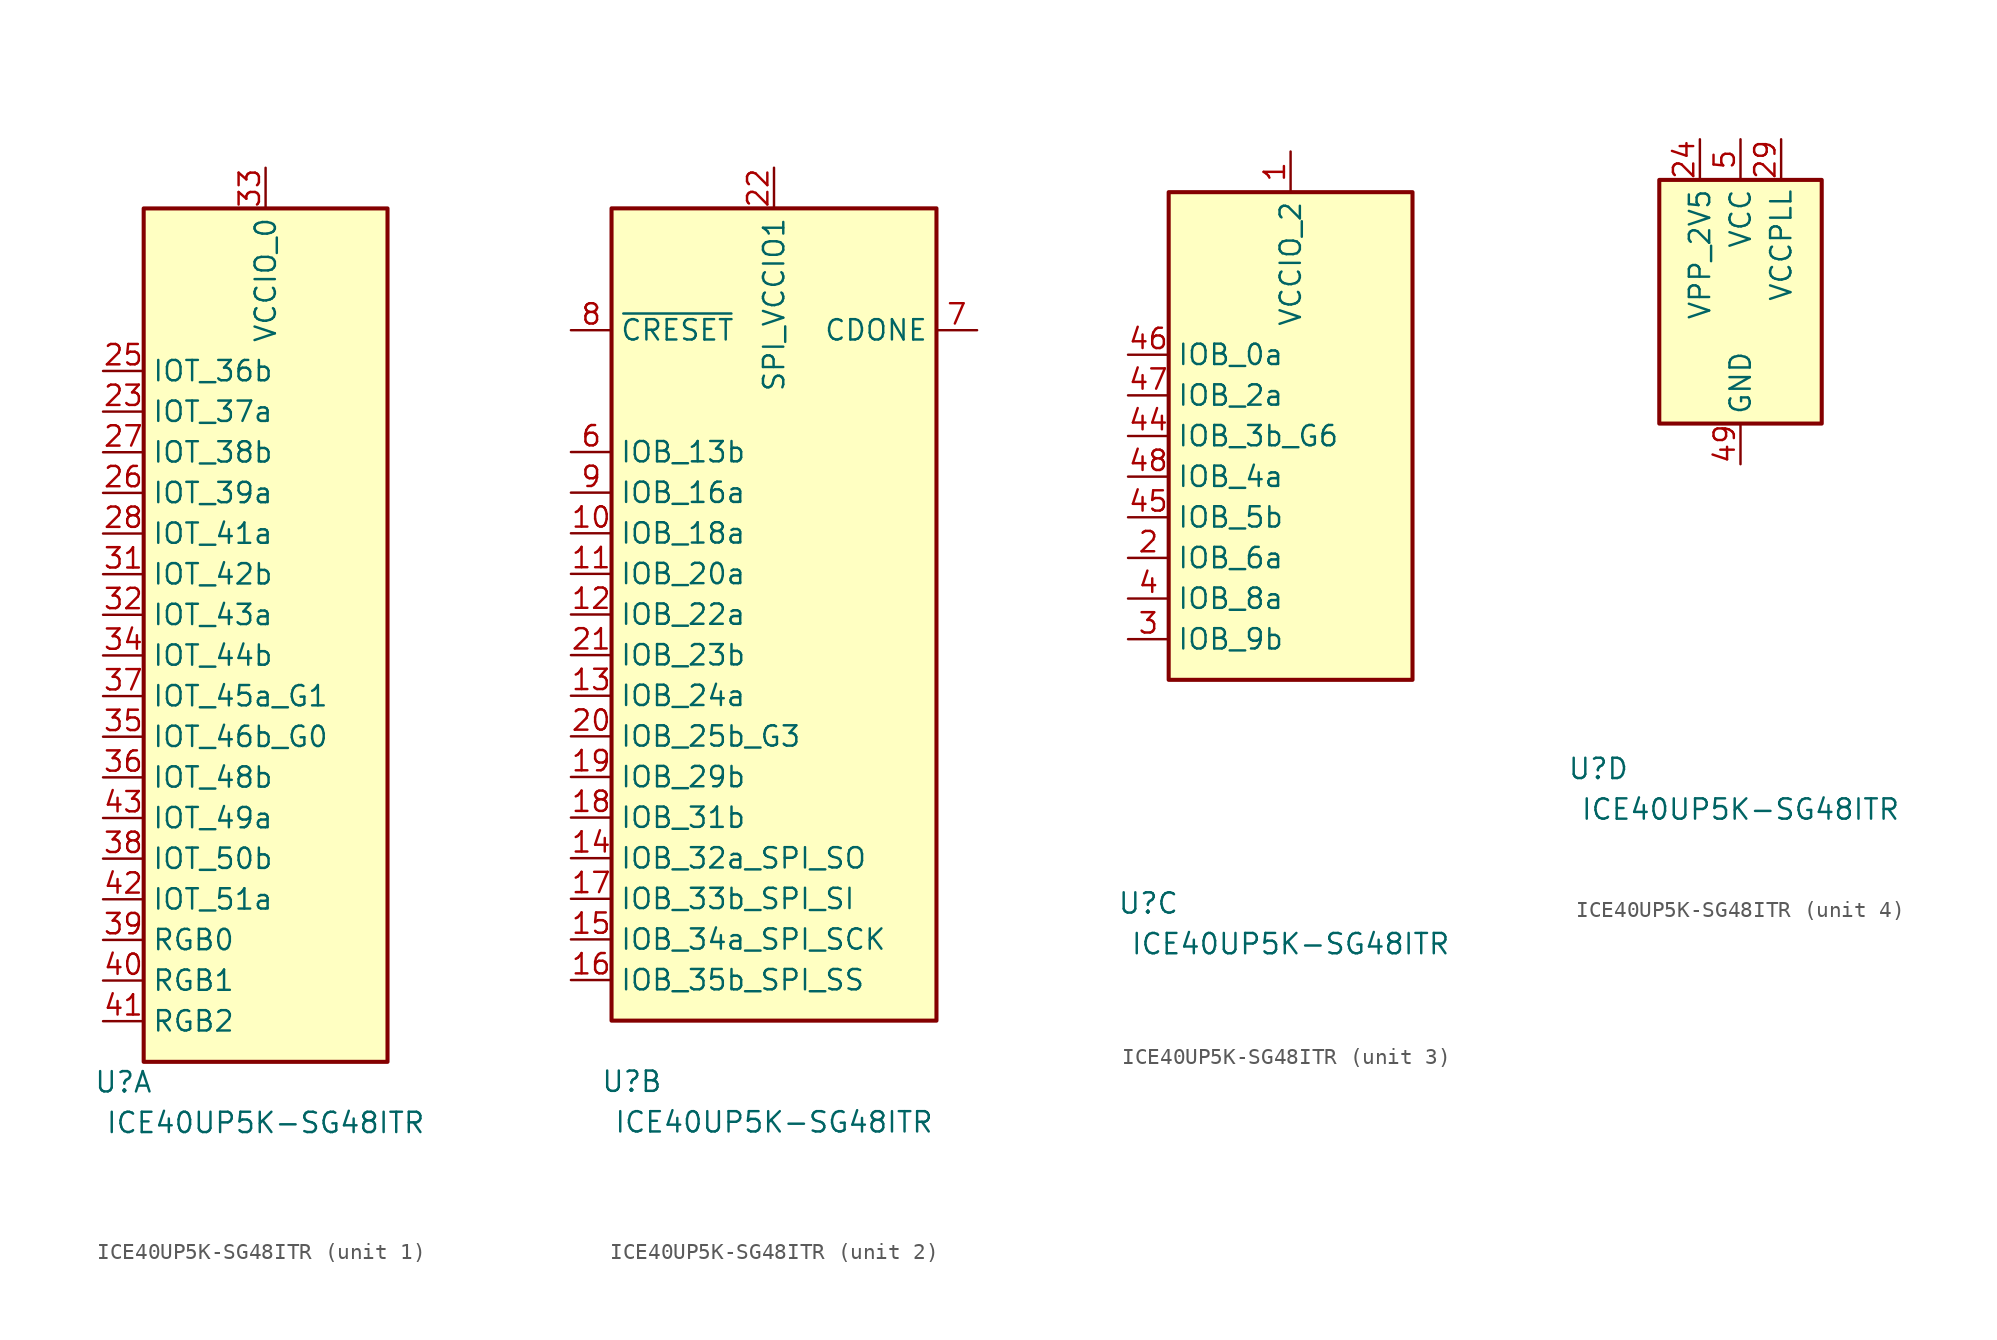
<source format=kicad_sym>
(kicad_symbol_lib
  (version 20241209)
  (generator "kicad_symbol_editor")
  (generator_version "9.0")
  (symbol "ICE40UP5K-SG48ITR"
    (property "Reference" "U"
      (at -8.89 -29.21 0)
      (effects (font (size 1.27 1.27))))
    (property "Value" "ICE40UP5K-SG48ITR"
      (at 0 -31.75 0)
      (effects (font (size 1.27 1.27))))
    (property "ki_locked" ""
      (at 0 0 0)
      (effects (font (size 1.27 1.27))))
    (symbol "ICE40UP5K-SG48ITR_1_1"
      (rectangle (start -7.62 25.4) (end 7.62 -27.94) (stroke (width 0.254) (type default)) (fill (type background)))
      (pin bidirectional line (at -10.16 15.24 0) (length 2.54) (name "IOT_36b" (effects (font (size 1.27 1.27)))) (number "25" (effects (font (size 1.27 1.27)))))
      (pin bidirectional line (at -10.16 12.7 0) (length 2.54) (name "IOT_37a" (effects (font (size 1.27 1.27)))) (number "23" (effects (font (size 1.27 1.27)))))
      (pin bidirectional line (at -10.16 10.16 0) (length 2.54) (name "IOT_38b" (effects (font (size 1.27 1.27)))) (number "27" (effects (font (size 1.27 1.27)))))
      (pin bidirectional line (at -10.16 7.62 0) (length 2.54) (name "IOT_39a" (effects (font (size 1.27 1.27)))) (number "26" (effects (font (size 1.27 1.27)))))
      (pin bidirectional line (at -10.16 5.08 0) (length 2.54) (name "IOT_41a" (effects (font (size 1.27 1.27)))) (number "28" (effects (font (size 1.27 1.27)))))
      (pin bidirectional line (at -10.16 2.54 0) (length 2.54) (name "IOT_42b" (effects (font (size 1.27 1.27)))) (number "31" (effects (font (size 1.27 1.27)))))
      (pin bidirectional line (at -10.16 0 0) (length 2.54) (name "IOT_43a" (effects (font (size 1.27 1.27)))) (number "32" (effects (font (size 1.27 1.27)))))
      (pin bidirectional line (at -10.16 -2.54 0) (length 2.54) (name "IOT_44b" (effects (font (size 1.27 1.27)))) (number "34" (effects (font (size 1.27 1.27)))))
      (pin bidirectional line (at -10.16 -5.08 0) (length 2.54) (name "IOT_45a_G1" (effects (font (size 1.27 1.27)))) (number "37" (effects (font (size 1.27 1.27)))))
      (pin bidirectional line (at -10.16 -7.62 0) (length 2.54) (name "IOT_46b_G0" (effects (font (size 1.27 1.27)))) (number "35" (effects (font (size 1.27 1.27)))))
      (pin bidirectional line (at -10.16 -10.16 0) (length 2.54) (name "IOT_48b" (effects (font (size 1.27 1.27)))) (number "36" (effects (font (size 1.27 1.27)))))
      (pin bidirectional line (at -10.16 -12.7 0) (length 2.54) (name "IOT_49a" (effects (font (size 1.27 1.27)))) (number "43" (effects (font (size 1.27 1.27)))))
      (pin bidirectional line (at -10.16 -15.24 0) (length 2.54) (name "IOT_50b" (effects (font (size 1.27 1.27)))) (number "38" (effects (font (size 1.27 1.27)))))
      (pin bidirectional line (at -10.16 -17.78 0) (length 2.54) (name "IOT_51a" (effects (font (size 1.27 1.27)))) (number "42" (effects (font (size 1.27 1.27)))))
      (pin open_collector line (at -10.16 -20.32 0) (length 2.54) (name "RGB0" (effects (font (size 1.27 1.27)))) (number "39" (effects (font (size 1.27 1.27)))))
      (pin open_collector line (at -10.16 -22.86 0) (length 2.54) (name "RGB1" (effects (font (size 1.27 1.27)))) (number "40" (effects (font (size 1.27 1.27)))))
      (pin open_collector line (at -10.16 -25.4 0) (length 2.54) (name "RGB2" (effects (font (size 1.27 1.27)))) (number "41" (effects (font (size 1.27 1.27)))))
      (pin power_in line (at 0 27.94 270) (length 2.54) (name "VCCIO_0" (effects (font (size 1.27 1.27)))) (number "33" (effects (font (size 1.27 1.27))))))
    (symbol "ICE40UP5K-SG48ITR_2_1"
      (rectangle (start -10.16 25.4) (end 10.16 -25.4) (stroke (width 0.254) (type default)) (fill (type background)))
      (pin input line (at -12.7 17.78 0) (length 2.54) (name "~{CRESET}" (effects (font (size 1.27 1.27)))) (number "8" (effects (font (size 1.27 1.27)))))
      (pin bidirectional line (at -12.7 10.16 0) (length 2.54) (name "IOB_13b" (effects (font (size 1.27 1.27)))) (number "6" (effects (font (size 1.27 1.27)))))
      (pin bidirectional line (at -12.7 7.62 0) (length 2.54) (name "IOB_16a" (effects (font (size 1.27 1.27)))) (number "9" (effects (font (size 1.27 1.27)))))
      (pin bidirectional line (at -12.7 5.08 0) (length 2.54) (name "IOB_18a" (effects (font (size 1.27 1.27)))) (number "10" (effects (font (size 1.27 1.27)))))
      (pin bidirectional line (at -12.7 2.54 0) (length 2.54) (name "IOB_20a" (effects (font (size 1.27 1.27)))) (number "11" (effects (font (size 1.27 1.27)))))
      (pin bidirectional line (at -12.7 0 0) (length 2.54) (name "IOB_22a" (effects (font (size 1.27 1.27)))) (number "12" (effects (font (size 1.27 1.27)))))
      (pin bidirectional line (at -12.7 -2.54 0) (length 2.54) (name "IOB_23b" (effects (font (size 1.27 1.27)))) (number "21" (effects (font (size 1.27 1.27)))))
      (pin bidirectional line (at -12.7 -5.08 0) (length 2.54) (name "IOB_24a" (effects (font (size 1.27 1.27)))) (number "13" (effects (font (size 1.27 1.27)))))
      (pin bidirectional line (at -12.7 -7.62 0) (length 2.54) (name "IOB_25b_G3" (effects (font (size 1.27 1.27)))) (number "20" (effects (font (size 1.27 1.27)))))
      (pin bidirectional line (at -12.7 -10.16 0) (length 2.54) (name "IOB_29b" (effects (font (size 1.27 1.27)))) (number "19" (effects (font (size 1.27 1.27)))))
      (pin bidirectional line (at -12.7 -12.7 0) (length 2.54) (name "IOB_31b" (effects (font (size 1.27 1.27)))) (number "18" (effects (font (size 1.27 1.27)))))
      (pin bidirectional line (at -12.7 -15.24 0) (length 2.54) (name "IOB_32a_SPI_SO" (effects (font (size 1.27 1.27)))) (number "14" (effects (font (size 1.27 1.27)))))
      (pin bidirectional line (at -12.7 -17.78 0) (length 2.54) (name "IOB_33b_SPI_SI" (effects (font (size 1.27 1.27)))) (number "17" (effects (font (size 1.27 1.27)))))
      (pin bidirectional line (at -12.7 -20.32 0) (length 2.54) (name "IOB_34a_SPI_SCK" (effects (font (size 1.27 1.27)))) (number "15" (effects (font (size 1.27 1.27)))))
      (pin bidirectional line (at -12.7 -22.86 0) (length 2.54) (name "IOB_35b_SPI_SS" (effects (font (size 1.27 1.27)))) (number "16" (effects (font (size 1.27 1.27)))))
      (pin power_in line (at 0 27.94 270) (length 2.54) (name "SPI_VCCIO1" (effects (font (size 1.27 1.27)))) (number "22" (effects (font (size 1.27 1.27)))))
      (pin open_collector line (at 12.7 17.78 180) (length 2.54) (name "CDONE" (effects (font (size 1.27 1.27)))) (number "7" (effects (font (size 1.27 1.27))))))
    (symbol "ICE40UP5K-SG48ITR_3_1"
      (rectangle (start -7.62 15.24) (end 7.62 -15.24) (stroke (width 0.254) (type default)) (fill (type background)))
      (pin bidirectional line (at -10.16 5.08 0) (length 2.54) (name "IOB_0a" (effects (font (size 1.27 1.27)))) (number "46" (effects (font (size 1.27 1.27)))))
      (pin bidirectional line (at -10.16 2.54 0) (length 2.54) (name "IOB_2a" (effects (font (size 1.27 1.27)))) (number "47" (effects (font (size 1.27 1.27)))))
      (pin bidirectional line (at -10.16 0 0) (length 2.54) (name "IOB_3b_G6" (effects (font (size 1.27 1.27)))) (number "44" (effects (font (size 1.27 1.27)))))
      (pin bidirectional line (at -10.16 -2.54 0) (length 2.54) (name "IOB_4a" (effects (font (size 1.27 1.27)))) (number "48" (effects (font (size 1.27 1.27)))))
      (pin bidirectional line (at -10.16 -5.08 0) (length 2.54) (name "IOB_5b" (effects (font (size 1.27 1.27)))) (number "45" (effects (font (size 1.27 1.27)))))
      (pin bidirectional line (at -10.16 -7.62 0) (length 2.54) (name "IOB_6a" (effects (font (size 1.27 1.27)))) (number "2" (effects (font (size 1.27 1.27)))))
      (pin bidirectional line (at -10.16 -10.16 0) (length 2.54) (name "IOB_8a" (effects (font (size 1.27 1.27)))) (number "4" (effects (font (size 1.27 1.27)))))
      (pin bidirectional line (at -10.16 -12.7 0) (length 2.54) (name "IOB_9b" (effects (font (size 1.27 1.27)))) (number "3" (effects (font (size 1.27 1.27)))))
      (pin power_in line (at 0 17.78 270) (length 2.54) (name "VCCIO_2" (effects (font (size 1.27 1.27)))) (number "1" (effects (font (size 1.27 1.27))))))
    (symbol "ICE40UP5K-SG48ITR_4_1"
      (rectangle (start -5.08 7.62) (end 5.08 -7.62) (stroke (width 0.254) (type default)) (fill (type background)))
      (pin power_in line (at -2.54 10.16 270) (length 2.54) (name "VPP_2V5" (effects (font (size 1.27 1.27)))) (number "24" (effects (font (size 1.27 1.27)))))
      (pin passive line (at 0 10.16 270) (length 2.54) hide (name "VCC" (effects (font (size 1.27 1.27)))) (number "30" (effects (font (size 1.27 1.27)))))
      (pin power_in line (at 0 10.16 270) (length 2.54) (name "VCC" (effects (font (size 1.27 1.27)))) (number "5" (effects (font (size 1.27 1.27)))))
      (pin power_in line (at 0 -10.16 90) (length 2.54) (name "GND" (effects (font (size 1.27 1.27)))) (number "49" (effects (font (size 1.27 1.27)))))
      (pin power_out line (at 2.54 10.16 270) (length 2.54) (name "VCCPLL" (effects (font (size 1.27 1.27)))) (number "29" (effects (font (size 1.27 1.27))))))))
</source>
